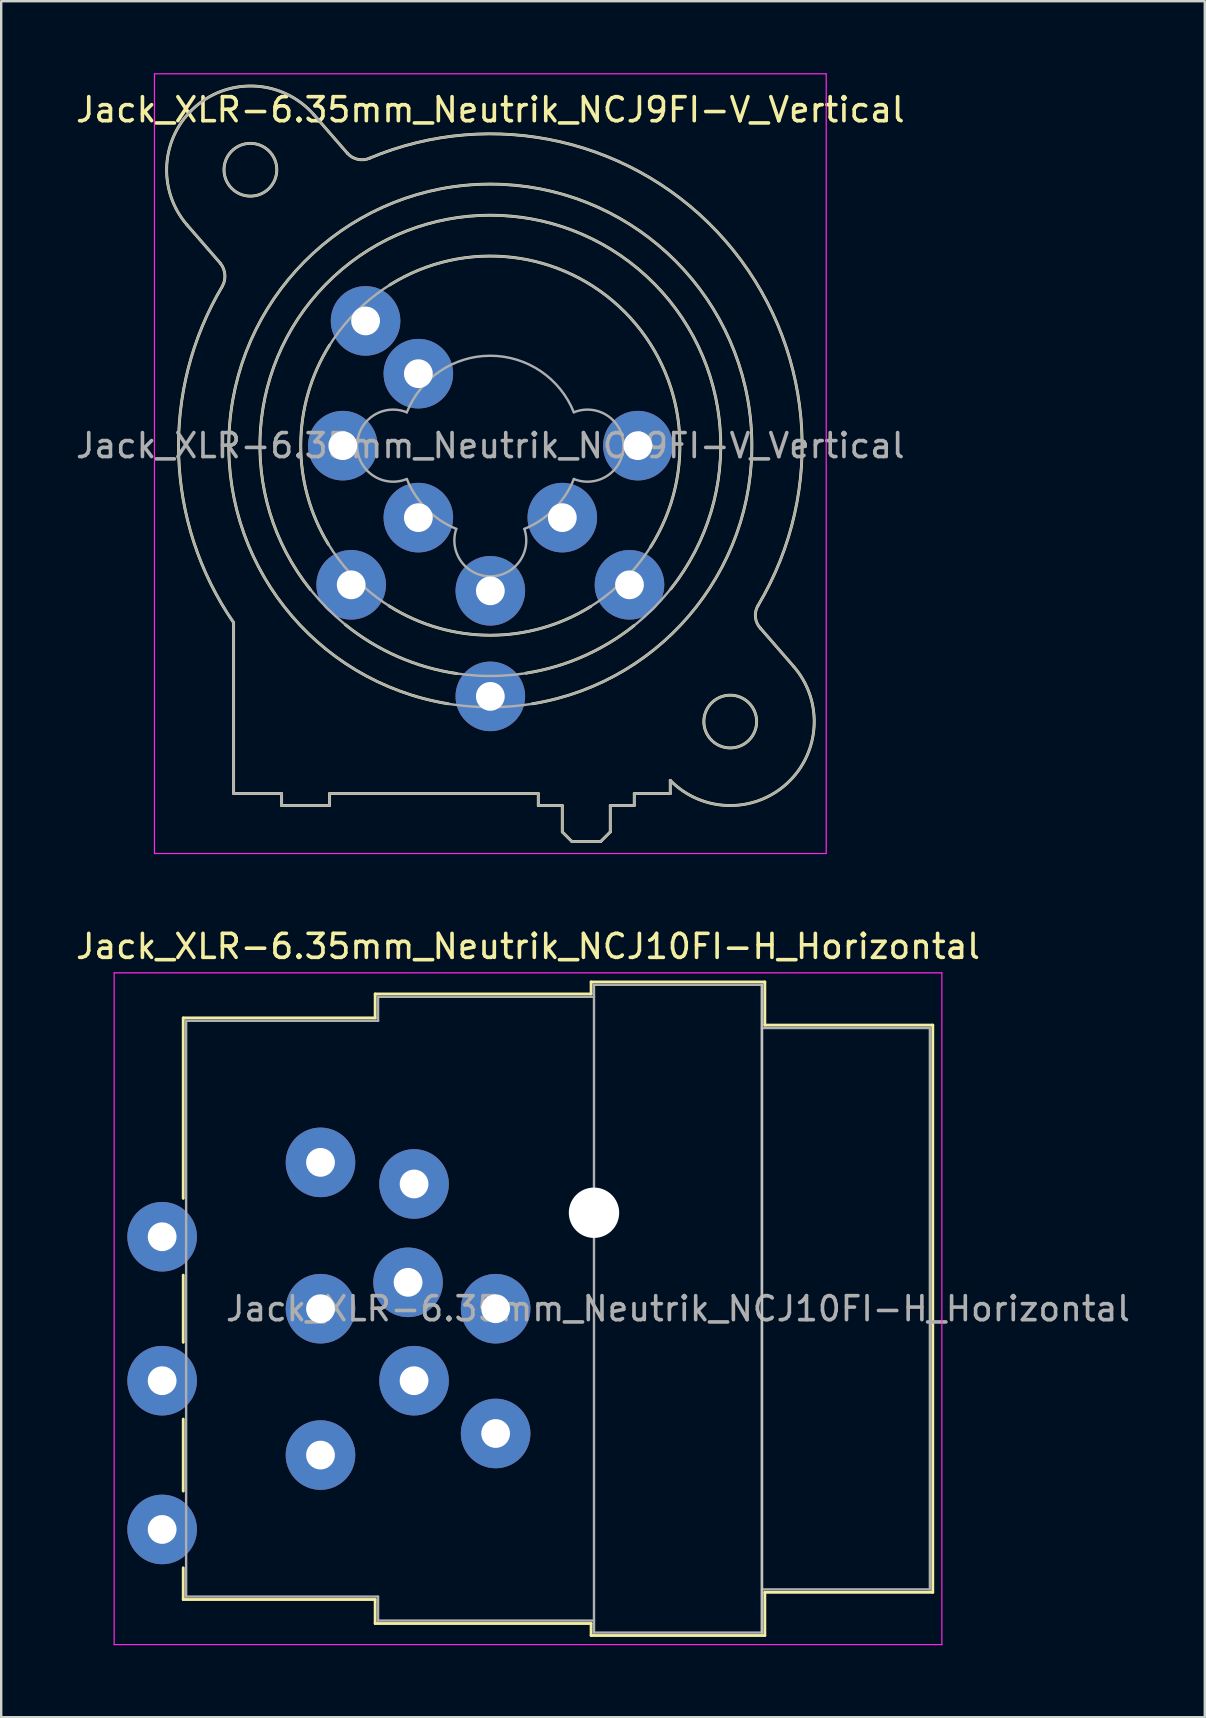
<source format=kicad_pcb>
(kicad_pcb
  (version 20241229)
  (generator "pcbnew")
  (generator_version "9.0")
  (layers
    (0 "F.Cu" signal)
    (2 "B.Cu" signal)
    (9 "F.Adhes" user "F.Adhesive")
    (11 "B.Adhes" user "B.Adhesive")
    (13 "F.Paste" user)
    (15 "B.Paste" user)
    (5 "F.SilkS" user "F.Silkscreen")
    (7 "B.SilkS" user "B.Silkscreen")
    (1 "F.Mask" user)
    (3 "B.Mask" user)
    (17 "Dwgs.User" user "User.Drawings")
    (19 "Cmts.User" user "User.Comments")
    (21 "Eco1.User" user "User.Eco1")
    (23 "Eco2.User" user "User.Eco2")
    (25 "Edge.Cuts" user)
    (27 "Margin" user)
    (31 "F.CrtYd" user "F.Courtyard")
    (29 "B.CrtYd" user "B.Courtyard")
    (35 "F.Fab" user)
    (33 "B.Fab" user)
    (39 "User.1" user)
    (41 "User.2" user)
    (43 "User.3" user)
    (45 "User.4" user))
  (footprint "Jack_XLR-6.35mm_Neutrik_NCJ10FI-H_Horizontal"
    (layer "F.Cu")
    (at 10.308 45.398)
    (property "Reference" "Jack_XLR-6.35mm_Neutrik_NCJ10FI-H_Horizontal" (at 8.65 -9 0) (layer "F.SilkS") (effects (font (size 1 1) (thickness 0.15))))
    (attr through_hole)
    (fp_line (start -5.72 -6.02) (end -5.72 1.5) (stroke (width 0.12) (type solid)) (layer "F.SilkS"))
    (fp_line (start -5.72 4.7) (end -5.72 7.5) (stroke (width 0.12) (type solid)) (layer "F.SilkS"))
    (fp_line (start -5.72 10.7) (end -5.72 13.7) (stroke (width 0.12) (type solid)) (layer "F.SilkS"))
    (fp_line (start -5.72 16.9) (end -5.72 18.22) (stroke (width 0.12) (type solid)) (layer "F.SilkS"))
    (fp_line (start 2.28 -7.02) (end 2.28 -6.02) (stroke (width 0.12) (type solid)) (layer "F.SilkS"))
    (fp_line (start 2.28 -6.02) (end -5.72 -6.02) (stroke (width 0.12) (type solid)) (layer "F.SilkS"))
    (fp_line (start 2.28 18.22) (end -5.72 18.22) (stroke (width 0.12) (type solid)) (layer "F.SilkS"))
    (fp_line (start 2.28 19.22) (end 2.28 18.22) (stroke (width 0.12) (type solid)) (layer "F.SilkS"))
    (fp_line (start 11.28 -7.02) (end 2.28 -7.02) (stroke (width 0.12) (type solid)) (layer "F.SilkS"))
    (fp_line (start 11.28 -7.02) (end 11.28 -7.52) (stroke (width 0.12) (type solid)) (layer "F.SilkS"))
    (fp_line (start 11.28 19.22) (end 2.28 19.22) (stroke (width 0.12) (type solid)) (layer "F.SilkS"))
    (fp_line (start 11.28 19.72) (end 11.28 19.22) (stroke (width 0.12) (type solid)) (layer "F.SilkS"))
    (fp_line (start 18.52 -7.52) (end 11.28 -7.52) (stroke (width 0.12) (type solid)) (layer "F.SilkS"))
    (fp_line (start 18.52 -7.52) (end 18.52 -5.72) (stroke (width 0.12) (type solid)) (layer "F.SilkS"))
    (fp_line (start 18.52 -5.72) (end 25.52 -5.72) (stroke (width 0.12) (type solid)) (layer "F.SilkS"))
    (fp_line (start 18.52 17.92) (end 18.52 19.72) (stroke (width 0.12) (type solid)) (layer "F.SilkS"))
    (fp_line (start 18.52 17.92) (end 25.52 17.92) (stroke (width 0.12) (type solid)) (layer "F.SilkS"))
    (fp_line (start 18.52 19.72) (end 11.28 19.72) (stroke (width 0.12) (type solid)) (layer "F.SilkS"))
    (fp_line (start 25.52 -5.72) (end 25.52 17.92) (stroke (width 0.12) (type solid)) (layer "F.SilkS"))
    (fp_line (start 18.4 -7.4) (end 18.4 19.6) (stroke (width 0.1) (type solid)) (layer "Dwgs.User"))
    (fp_line (start -8.6 -7.9) (end -8.6 20.1) (stroke (width 0.05) (type solid)) (layer "F.CrtYd"))
    (fp_line (start 25.9 -7.9) (end -8.6 -7.9) (stroke (width 0.05) (type solid)) (layer "F.CrtYd"))
    (fp_line (start 25.9 -7.9) (end 25.9 20.1) (stroke (width 0.05) (type solid)) (layer "F.CrtYd"))
    (fp_line (start 25.9 20.1) (end -8.6 20.1) (stroke (width 0.05) (type solid)) (layer "F.CrtYd"))
    (fp_line (start -5.6 -5.9) (end -5.6 18.1) (stroke (width 0.1) (type solid)) (layer "F.Fab"))
    (fp_line (start -5.6 18.1) (end 2.4 18.1) (stroke (width 0.1) (type solid)) (layer "F.Fab"))
    (fp_line (start 2.4 -6.9) (end 2.4 -5.9) (stroke (width 0.1) (type solid)) (layer "F.Fab"))
    (fp_line (start 2.4 -5.9) (end -5.6 -5.9) (stroke (width 0.1) (type solid)) (layer "F.Fab"))
    (fp_line (start 2.4 18.1) (end 2.4 19.1) (stroke (width 0.1) (type solid)) (layer "F.Fab"))
    (fp_line (start 2.4 19.1) (end 11.4 19.1) (stroke (width 0.1) (type solid)) (layer "F.Fab"))
    (fp_line (start 11.4 -7.4) (end 18.4 -7.4) (stroke (width 0.1) (type solid)) (layer "F.Fab"))
    (fp_line (start 11.4 -6.9) (end 2.4 -6.9) (stroke (width 0.1) (type solid)) (layer "F.Fab"))
    (fp_line (start 11.4 19.6) (end 11.4 -7.4) (stroke (width 0.1) (type solid)) (layer "F.Fab"))
    (fp_line (start 18.4 -7.4) (end 18.4 19.6) (stroke (width 0.1) (type solid)) (layer "F.Fab"))
    (fp_line (start 18.4 -5.6) (end 25.4 -5.6) (stroke (width 0.1) (type solid)) (layer "F.Fab"))
    (fp_line (start 18.4 19.6) (end 11.4 19.6) (stroke (width 0.1) (type solid)) (layer "F.Fab"))
    (fp_line (start 25.4 -5.6) (end 25.4 17.8) (stroke (width 0.1) (type solid)) (layer "F.Fab"))
    (fp_line (start 25.4 17.8) (end 18.4 17.8) (stroke (width 0.1) (type solid)) (layer "F.Fab"))
    (fp_text user "${REFERENCE}" (at 14.9 6.1 0) (layer "F.Fab") (effects (font (size 1 1) (thickness 0.15))))
    (pad "" np_thru_hole circle (at 11.4 2.1) (size 2.1 2.1) (drill 2.1) (layers "*.Cu" "*.Mask"))
    (pad "1" thru_hole circle (at 0 0) (size 2.9 2.9) (drill 1.2) (layers "*.Cu" "*.Mask"))
    (pad "2" thru_hole circle (at 0 12.2) (size 2.9 2.9) (drill 1.2) (layers "*.Cu" "*.Mask"))
    (pad "3" thru_hole circle (at 0 6.1) (size 2.9 2.9) (drill 1.2) (layers "*.Cu" "*.Mask"))
    (pad "G" thru_hole circle (at 7.3 6.1) (size 2.9 2.9) (drill 1.2) (layers "*.Cu" "*.Mask"))
    (pad "GN" thru_hole circle (at 3.65 5) (size 2.9 2.9) (drill 1.2) (layers "*.Cu" "*.Mask"))
    (pad "R" thru_hole circle (at 3.9 0.9) (size 2.9 2.9) (drill 1.2) (layers "*.Cu" "*.Mask"))
    (pad "RN" thru_hole circle (at -6.6 3.1) (size 2.9 2.9) (drill 1.2) (layers "*.Cu" "*.Mask"))
    (pad "S" thru_hole circle (at 7.3 11.3) (size 2.9 2.9) (drill 1.2) (layers "*.Cu" "*.Mask"))
    (pad "SN" thru_hole circle (at 3.9 9.1) (size 2.9 2.9) (drill 1.2) (layers "*.Cu" "*.Mask"))
    (pad "T" thru_hole circle (at -6.6 15.3) (size 2.9 2.9) (drill 1.2) (layers "*.Cu" "*.Mask"))
    (pad "TN" thru_hole circle (at -6.6 9.1) (size 2.9 2.9) (drill 1.2) (layers "*.Cu" "*.Mask")))
  (footprint "Jack_XLR-6.35mm_Neutrik_NCJ9FI-V_Vertical"
    (layer "F.Cu")
    (at 23.537 15.525)
    (property "Reference" "Jack_XLR-6.35mm_Neutrik_NCJ9FI-V_Vertical" (at -6.15 -14 0) (layer "F.SilkS") (effects (font (size 1 1) (thickness 0.15))))
    (attr through_hole)
    (fp_line (start -17.4 -7.6) (end -18.79 -9.2) (stroke (width 0.12) (type solid)) (layer "F.SilkS"))
    (fp_line (start -16.85 14.5) (end -16.85 7.38) (stroke (width 0.12) (type solid)) (layer "F.SilkS"))
    (fp_line (start -14.85 14.5) (end -16.85 14.5) (stroke (width 0.12) (type solid)) (layer "F.SilkS"))
    (fp_line (start -14.85 14.5) (end -14.85 15) (stroke (width 0.12) (type solid)) (layer "F.SilkS"))
    (fp_line (start -13.51 -13.8) (end -12.11 -12.19) (stroke (width 0.12) (type solid)) (layer "F.SilkS"))
    (fp_line (start -12.85 14.5) (end -12.85 15) (stroke (width 0.12) (type solid)) (layer "F.SilkS"))
    (fp_line (start -12.85 15) (end -14.85 15) (stroke (width 0.12) (type solid)) (layer "F.SilkS"))
    (fp_line (start -4.15 14.5) (end -12.85 14.5) (stroke (width 0.12) (type solid)) (layer "F.SilkS"))
    (fp_line (start -4.15 14.5) (end -4.15 15) (stroke (width 0.12) (type solid)) (layer "F.SilkS"))
    (fp_line (start -3.15 15) (end -4.15 15) (stroke (width 0.12) (type solid)) (layer "F.SilkS"))
    (fp_line (start -3.15 15) (end -3.15 16.1) (stroke (width 0.12) (type solid)) (layer "F.SilkS"))
    (fp_line (start -3.15 16.1) (end -2.75 16.5) (stroke (width 0.12) (type solid)) (layer "F.SilkS"))
    (fp_line (start -1.55 16.5) (end -2.75 16.5) (stroke (width 0.12) (type solid)) (layer "F.SilkS"))
    (fp_line (start -1.15 15) (end -1.15 16.1) (stroke (width 0.12) (type solid)) (layer "F.SilkS"))
    (fp_line (start -1.15 16.1) (end -1.55 16.5) (stroke (width 0.12) (type solid)) (layer "F.SilkS"))
    (fp_line (start -0.15 14.5) (end -0.15 15) (stroke (width 0.12) (type solid)) (layer "F.SilkS"))
    (fp_line (start -0.15 15) (end -1.15 15) (stroke (width 0.12) (type solid)) (layer "F.SilkS"))
    (fp_line (start 1.35 13.95) (end 1.35 14.5) (stroke (width 0.12) (type solid)) (layer "F.SilkS"))
    (fp_line (start 1.35 14.5) (end -0.15 14.5) (stroke (width 0.12) (type solid)) (layer "F.SilkS"))
    (fp_line (start 5.1 7.6) (end 6.49 9.2) (stroke (width 0.12) (type solid)) (layer "F.SilkS"))
    (fp_arc (start -18.79 -9.2) (mid -18.45 -14.14) (end -13.51 -13.8) (stroke (width 0.12) (type solid)) (layer "F.SilkS"))
    (fp_arc (start -17.400452 -7.59955) (mid -17.216295 -7.14315) (end -17.31 -6.66) (stroke (width 0.12) (type solid)) (layer "F.SilkS"))
    (fp_arc (start -16.851206 7.374645) (mid -19.139261 0.42462) (end -17.31 -6.66) (stroke (width 0.12) (type solid)) (layer "F.SilkS"))
    (fp_arc (start -13.65 6) (mid -6.168408 -9.604669) (end 1.372943 5.971208) (stroke (width 0.12) (type solid)) (layer "F.SilkS"))
    (fp_arc (start -12.9 4.11) (mid -14.052663 -0.0501) (end -12.847348 -4.195251) (stroke (width 0.12) (type solid)) (layer "F.SilkS"))
    (fp_arc (start -11.201352 -11.974349) (mid 3.655031 -8.530097) (end 5.01 6.66) (stroke (width 0.12) (type solid)) (layer "F.SilkS"))
    (fp_arc (start -11.177539 -11.981856) (mid -11.677484 -11.93489) (end -12.11 -12.19) (stroke (width 0.12) (type solid)) (layer "F.SilkS"))
    (fp_arc (start -10.34 -6.7) (mid -0.544787 -5.570251) (end 0.523653 4.231839) (stroke (width 0.12) (type solid)) (layer "F.SilkS"))
    (fp_arc (start -7.9 10.76) (mid -6.152346 -10.90138) (end -4.395368 10.759246) (stroke (width 0.12) (type solid)) (layer "F.SilkS"))
    (fp_arc (start -7.55 9.5) (mid -10.007174 8.793873) (end -12.190932 7.464391) (stroke (width 0.12) (type solid)) (layer "F.SilkS"))
    (fp_arc (start -1.96 6.7) (mid -6.167825 7.902264) (end -10.370184 6.681029) (stroke (width 0.12) (type solid)) (layer "F.SilkS"))
    (fp_arc (start -0.16 7.5) (mid -2.282236 8.784674) (end -4.662837 9.482534) (stroke (width 0.12) (type solid)) (layer "F.SilkS"))
    (fp_arc (start 5.109394 7.611661) (mid 4.900255 7.152483) (end 5.01 6.66) (stroke (width 0.12) (type solid)) (layer "F.SilkS"))
    (fp_arc (start 6.49 9.2) (mid 6.227307 14.070606) (end 1.351052 13.95252) (stroke (width 0.12) (type solid)) (layer "F.SilkS"))
    (fp_circle (center -16.15 -11.5) (end -15.05 -11.5) (stroke (width 0.12) (type solid)) (fill no) (layer "F.SilkS"))
    (fp_circle (center 3.85 11.5) (end 4.95 11.5) (stroke (width 0.12) (type solid)) (fill no) (layer "F.SilkS"))
    (fp_line (start -20.15 -15.5) (end 7.85 -15.5) (stroke (width 0.05) (type solid)) (layer "F.CrtYd"))
    (fp_line (start -20.15 17) (end -20.15 -15.5) (stroke (width 0.05) (type solid)) (layer "F.CrtYd"))
    (fp_line (start 7.85 -15.5) (end 7.85 17) (stroke (width 0.05) (type solid)) (layer "F.CrtYd"))
    (fp_line (start 7.85 17) (end -20.15 17) (stroke (width 0.05) (type solid)) (layer "F.CrtYd"))
    (fp_line (start -17.4 -7.6) (end -18.79 -9.2) (stroke (width 0.1) (type solid)) (layer "F.Fab"))
    (fp_line (start -16.85 14.5) (end -16.85 7.38) (stroke (width 0.1) (type solid)) (layer "F.Fab"))
    (fp_line (start -14.85 14.5) (end -16.85 14.5) (stroke (width 0.1) (type solid)) (layer "F.Fab"))
    (fp_line (start -14.85 14.5) (end -14.85 15) (stroke (width 0.1) (type solid)) (layer "F.Fab"))
    (fp_line (start -13.51 -13.8) (end -12.11 -12.19) (stroke (width 0.1) (type solid)) (layer "F.Fab"))
    (fp_line (start -12.85 14.5) (end -12.85 15) (stroke (width 0.1) (type solid)) (layer "F.Fab"))
    (fp_line (start -12.85 15) (end -14.85 15) (stroke (width 0.1) (type solid)) (layer "F.Fab"))
    (fp_line (start -4.15 14.5) (end -12.85 14.5) (stroke (width 0.1) (type solid)) (layer "F.Fab"))
    (fp_line (start -4.15 14.5) (end -4.15 15) (stroke (width 0.1) (type solid)) (layer "F.Fab"))
    (fp_line (start -3.15 15) (end -4.15 15) (stroke (width 0.1) (type solid)) (layer "F.Fab"))
    (fp_line (start -3.15 15) (end -3.15 16.1) (stroke (width 0.1) (type solid)) (layer "F.Fab"))
    (fp_line (start -3.15 16.1) (end -2.75 16.5) (stroke (width 0.1) (type solid)) (layer "F.Fab"))
    (fp_line (start -1.55 16.5) (end -2.75 16.5) (stroke (width 0.1) (type solid)) (layer "F.Fab"))
    (fp_line (start -1.15 15) (end -1.15 16.1) (stroke (width 0.1) (type solid)) (layer "F.Fab"))
    (fp_line (start -1.15 16.1) (end -1.55 16.5) (stroke (width 0.1) (type solid)) (layer "F.Fab"))
    (fp_line (start -0.15 14.5) (end -0.15 15) (stroke (width 0.1) (type solid)) (layer "F.Fab"))
    (fp_line (start -0.15 15) (end -1.15 15) (stroke (width 0.1) (type solid)) (layer "F.Fab"))
    (fp_line (start 1.35 13.95) (end 1.35 14.5) (stroke (width 0.1) (type solid)) (layer "F.Fab"))
    (fp_line (start 1.35 14.5) (end -0.15 14.5) (stroke (width 0.1) (type solid)) (layer "F.Fab"))
    (fp_line (start 5.1 7.6) (end 6.49 9.2) (stroke (width 0.1) (type solid)) (layer "F.Fab"))
    (fp_arc (start -18.79 -9.2) (mid -18.45 -14.14) (end -13.51 -13.8) (stroke (width 0.1) (type solid)) (layer "F.Fab"))
    (fp_arc (start -17.400452 -7.59955) (mid -17.216295 -7.14315) (end -17.31 -6.66) (stroke (width 0.1) (type solid)) (layer "F.Fab"))
    (fp_arc (start -16.851206 7.374645) (mid -19.139261 0.42462) (end -17.31 -6.66) (stroke (width 0.1) (type solid)) (layer "F.Fab"))
    (fp_arc (start -11.201352 -11.974349) (mid 3.655031 -8.530097) (end 5.01 6.66) (stroke (width 0.1) (type solid)) (layer "F.Fab"))
    (fp_arc (start -11.177539 -11.981856) (mid -11.677484 -11.93489) (end -12.11 -12.19) (stroke (width 0.1) (type solid)) (layer "F.Fab"))
    (fp_arc (start -9.634717 1.391925) (mid -11.702329 -0.002547) (end -9.63 -1.39) (stroke (width 0.1) (type solid)) (layer "F.Fab"))
    (fp_arc (start -9.631116 -1.387204) (mid -6.151505 -3.747333) (end -2.67 -1.39) (stroke (width 0.1) (type solid)) (layer "F.Fab"))
    (fp_arc (start -7.567529 3.468878) (mid -8.810241 2.639246) (end -9.63 1.39) (stroke (width 0.1) (type solid)) (layer "F.Fab"))
    (fp_arc (start -4.729599 3.471189) (mid -6.150627 5.448932) (end -7.57 3.47) (stroke (width 0.1) (type solid)) (layer "F.Fab"))
    (fp_arc (start -2.667476 1.389002) (mid -3.487046 2.639314) (end -4.73 3.47) (stroke (width 0.1) (type solid)) (layer "F.Fab"))
    (fp_arc (start -2.665283 -1.391925) (mid -0.597671 0.002547) (end -2.67 1.39) (stroke (width 0.1) (type solid)) (layer "F.Fab"))
    (fp_arc (start 5.109394 7.611661) (mid 4.900255 7.152483) (end 5.01 6.66) (stroke (width 0.1) (type solid)) (layer "F.Fab"))
    (fp_arc (start 6.49 9.2) (mid 6.227307 14.070606) (end 1.351052 13.95252) (stroke (width 0.1) (type solid)) (layer "F.Fab"))
    (fp_circle (center -16.15 -11.5) (end -15.05 -11.5) (stroke (width 0.1) (type solid)) (fill no) (layer "F.Fab"))
    (fp_circle (center -6.15 0) (end 1.75 0) (stroke (width 0.1) (type solid)) (fill no) (layer "F.Fab"))
    (fp_circle (center -6.15 0) (end 3.45 0) (stroke (width 0.1) (type solid)) (fill no) (layer "F.Fab"))
    (fp_circle (center -6.15 0) (end 4.75 0) (stroke (width 0.1) (type solid)) (fill no) (layer "F.Fab"))
    (fp_circle (center 3.85 11.5) (end 4.95 11.5) (stroke (width 0.1) (type solid)) (fill no) (layer "F.Fab"))
    (fp_text user "${REFERENCE}" (at -6.15 0 0) (layer "F.Fab") (effects (font (size 1 1) (thickness 0.15))))
    (pad "1" thru_hole circle (at 0 0) (size 2.9 2.9) (drill 1.2) (layers "*.Cu" "*.Mask"))
    (pad "2" thru_hole circle (at -12.3 0) (size 2.9 2.9) (drill 1.2) (layers "*.Cu" "*.Mask"))
    (pad "3" thru_hole circle (at -6.15 6.05) (size 2.9 2.9) (drill 1.2) (layers "*.Cu" "*.Mask"))
    (pad "G" thru_hole circle (at -6.15 10.45) (size 2.9 2.9) (drill 1.2) (layers "*.Cu" "*.Mask"))
    (pad "R" thru_hole circle (at -0.35 5.8) (size 2.9 2.9) (drill 1.2) (layers "*.Cu" "*.Mask"))
    (pad "RN" thru_hole circle (at -3.15 3) (size 2.9 2.9) (drill 1.2) (layers "*.Cu" "*.Mask"))
    (pad "S" thru_hole circle (at -11.95 5.8) (size 2.9 2.9) (drill 1.2) (layers "*.Cu" "*.Mask"))
    (pad "SN" thru_hole circle (at -9.15 3) (size 2.9 2.9) (drill 1.2) (layers "*.Cu" "*.Mask"))
    (pad "T" thru_hole circle (at -11.35 -5.2) (size 2.9 2.9) (drill 1.2) (layers "*.Cu" "*.Mask"))
    (pad "TN" thru_hole circle (at -9.15 -3) (size 2.9 2.9) (drill 1.2) (layers "*.Cu" "*.Mask")))
  (gr_rect
    (start -3 -3)
    (end 47.167 68.523)
    (stroke (width 0.1) (type default))
    (fill no)
    (layer "Edge.Cuts")))
</source>
